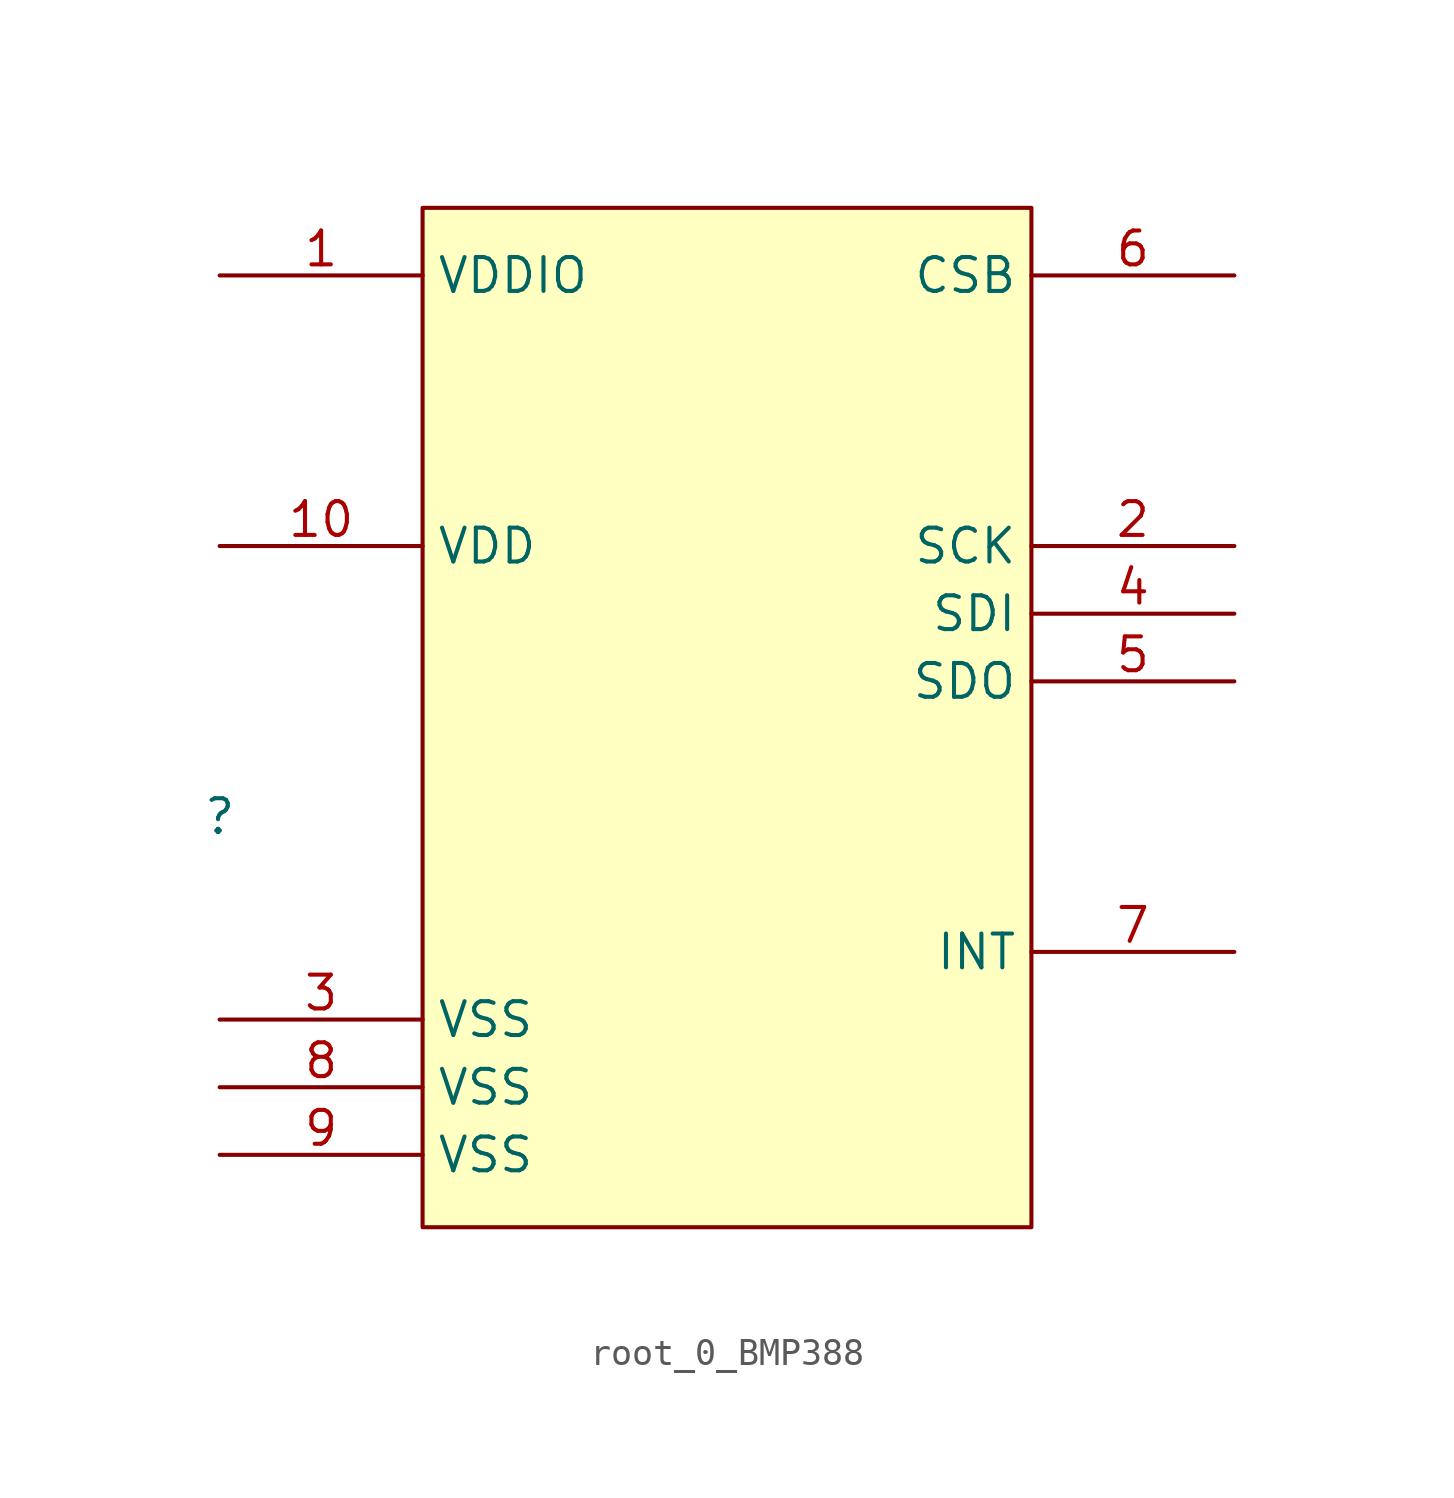
<source format=kicad_sym>
(kicad_symbol_lib
  (version 20220914)
  (generator kicad_symbol_editor)
  (symbol "root_0_BMP388"
    (property "Reference" ""
      (at 0 0 0)
      (effects (font (size 1.27 1.27))))
    (property "Value" ""
      (at 0 0 0)
      (effects (font (size 1.27 1.27))))
    (symbol "root_0_BMP388_1_0"
      (rectangle (start 30.48 22.86) (end 7.62 -15.418) (stroke (width 0) (type solid)) (fill (type background)))
      (pin power_in line (at 0 20.32 0) (length 7.62) (name "VDDIO" (effects (font (size 1.27 1.27)))) (number "1" (effects (font (size 1.27 1.27)))))
      (pin power_in line (at 0 10.16 0) (length 7.62) (name "VDD" (effects (font (size 1.27 1.27)))) (number "10" (effects (font (size 1.27 1.27)))))
      (pin input line (at 38.1 10.16 180) (length 7.62) (name "SCK" (effects (font (size 1.27 1.27)))) (number "2" (effects (font (size 1.27 1.27)))))
      (pin power_in line (at 0 -7.62 0) (length 7.62) (name "VSS" (effects (font (size 1.27 1.27)))) (number "3" (effects (font (size 1.27 1.27)))))
      (pin bidirectional line (at 38.1 7.62 180) (length 7.62) (name "SDI" (effects (font (size 1.27 1.27)))) (number "4" (effects (font (size 1.27 1.27)))))
      (pin bidirectional line (at 38.1 5.08 180) (length 7.62) (name "SDO" (effects (font (size 1.27 1.27)))) (number "5" (effects (font (size 1.27 1.27)))))
      (pin input line (at 38.1 20.32 180) (length 7.62) (name "CSB" (effects (font (size 1.27 1.27)))) (number "6" (effects (font (size 1.27 1.27)))))
      (pin output line (at 38.1 -5.08 180) (length 7.62) (name "INT" (effects (font (size 1.27 1.27)))) (number "7" (effects (font (size 1.27 1.27)))))
      (pin power_in line (at 0 -10.16 0) (length 7.62) (name "VSS" (effects (font (size 1.27 1.27)))) (number "8" (effects (font (size 1.27 1.27)))))
      (pin power_in line (at 0 -12.7 0) (length 7.62) (name "VSS" (effects (font (size 1.27 1.27)))) (number "9" (effects (font (size 1.27 1.27))))))))
</source>
